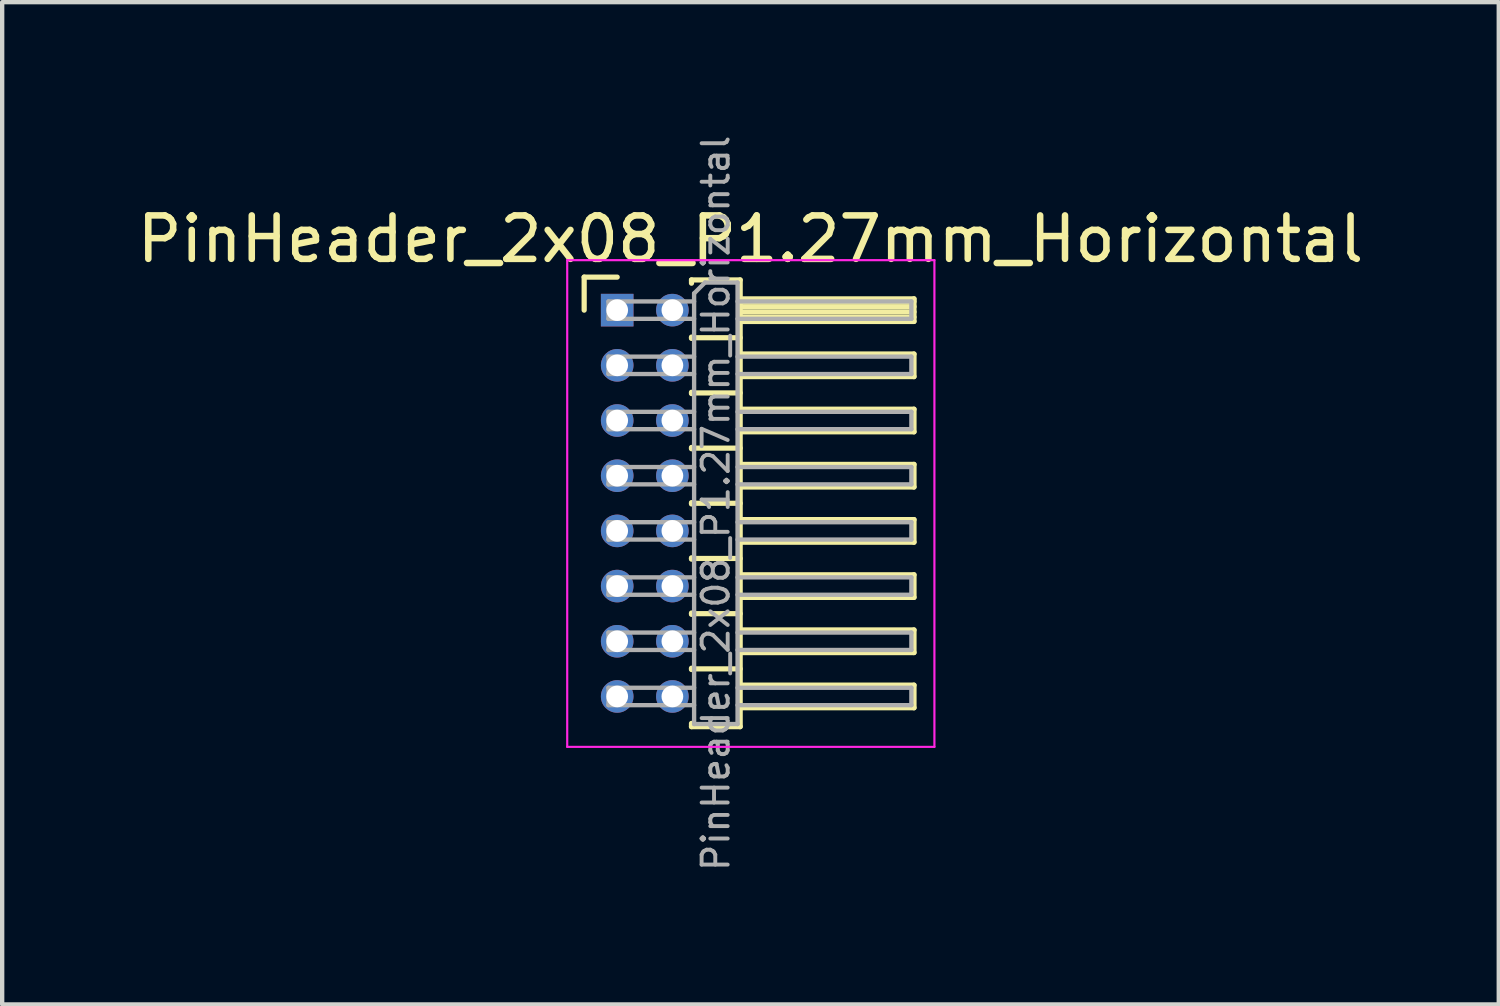
<source format=kicad_pcb>
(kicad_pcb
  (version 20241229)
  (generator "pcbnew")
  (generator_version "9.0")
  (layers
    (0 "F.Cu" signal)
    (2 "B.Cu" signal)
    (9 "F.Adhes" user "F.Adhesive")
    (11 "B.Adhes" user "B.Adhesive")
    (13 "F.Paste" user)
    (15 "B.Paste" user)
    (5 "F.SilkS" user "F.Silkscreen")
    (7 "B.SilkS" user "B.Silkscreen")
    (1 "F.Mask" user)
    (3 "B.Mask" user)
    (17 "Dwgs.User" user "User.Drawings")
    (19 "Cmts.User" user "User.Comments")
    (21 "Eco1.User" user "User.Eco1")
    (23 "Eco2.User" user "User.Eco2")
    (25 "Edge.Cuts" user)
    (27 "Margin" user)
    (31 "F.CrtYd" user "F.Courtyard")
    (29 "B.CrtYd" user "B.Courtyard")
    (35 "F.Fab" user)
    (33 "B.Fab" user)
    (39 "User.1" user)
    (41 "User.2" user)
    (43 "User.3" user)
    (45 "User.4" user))
  (footprint "PinHeader_2x08_P1.27mm_Horizontal"
    (layer "F.Cu")
    (at 11.153 4.087)
    (property "Reference" "PinHeader_2x08_P1.27mm_Horizontal" (at 3.067 -1.635 0) (layer "F.SilkS") (effects (font (size 1 1) (thickness 0.15))))
    (attr through_hole)
    (fp_line (start -0.76 -0.76) (end 0 -0.76) (stroke (width 0.12) (type solid)) (layer "F.SilkS"))
    (fp_line (start -0.76 0) (end -0.76 -0.76) (stroke (width 0.12) (type solid)) (layer "F.SilkS"))
    (fp_line (start 1.71 -0.695) (end 2.83 -0.695) (stroke (width 0.12) (type solid)) (layer "F.SilkS"))
    (fp_line (start 1.71 -0.62) (end 1.71 -0.695) (stroke (width 0.12) (type solid)) (layer "F.SilkS"))
    (fp_line (start 1.71 0.62) (end 1.71 0.65) (stroke (width 0.12) (type solid)) (layer "F.SilkS"))
    (fp_line (start 1.71 0.635) (end 2.83 0.635) (stroke (width 0.12) (type solid)) (layer "F.SilkS"))
    (fp_line (start 1.71 1.89) (end 1.71 1.92) (stroke (width 0.12) (type solid)) (layer "F.SilkS"))
    (fp_line (start 1.71 1.905) (end 2.83 1.905) (stroke (width 0.12) (type solid)) (layer "F.SilkS"))
    (fp_line (start 1.71 3.16) (end 1.71 3.19) (stroke (width 0.12) (type solid)) (layer "F.SilkS"))
    (fp_line (start 1.71 3.175) (end 2.83 3.175) (stroke (width 0.12) (type solid)) (layer "F.SilkS"))
    (fp_line (start 1.71 4.43) (end 1.71 4.46) (stroke (width 0.12) (type solid)) (layer "F.SilkS"))
    (fp_line (start 1.71 4.445) (end 2.83 4.445) (stroke (width 0.12) (type solid)) (layer "F.SilkS"))
    (fp_line (start 1.71 5.7) (end 1.71 5.73) (stroke (width 0.12) (type solid)) (layer "F.SilkS"))
    (fp_line (start 1.71 5.715) (end 2.83 5.715) (stroke (width 0.12) (type solid)) (layer "F.SilkS"))
    (fp_line (start 1.71 6.97) (end 1.71 7) (stroke (width 0.12) (type solid)) (layer "F.SilkS"))
    (fp_line (start 1.71 6.985) (end 2.83 6.985) (stroke (width 0.12) (type solid)) (layer "F.SilkS"))
    (fp_line (start 1.71 8.24) (end 1.71 8.27) (stroke (width 0.12) (type solid)) (layer "F.SilkS"))
    (fp_line (start 1.71 8.255) (end 2.83 8.255) (stroke (width 0.12) (type solid)) (layer "F.SilkS"))
    (fp_line (start 1.71 9.585) (end 1.71 9.51) (stroke (width 0.12) (type solid)) (layer "F.SilkS"))
    (fp_line (start 2.83 -0.695) (end 2.83 9.585) (stroke (width 0.12) (type solid)) (layer "F.SilkS"))
    (fp_line (start 2.83 -0.26) (end 6.83 -0.26) (stroke (width 0.12) (type solid)) (layer "F.SilkS"))
    (fp_line (start 2.83 -0.2) (end 6.83 -0.2) (stroke (width 0.12) (type solid)) (layer "F.SilkS"))
    (fp_line (start 2.83 -0.08) (end 6.83 -0.08) (stroke (width 0.12) (type solid)) (layer "F.SilkS"))
    (fp_line (start 2.83 0.04) (end 6.83 0.04) (stroke (width 0.12) (type solid)) (layer "F.SilkS"))
    (fp_line (start 2.83 0.16) (end 6.83 0.16) (stroke (width 0.12) (type solid)) (layer "F.SilkS"))
    (fp_line (start 2.83 1.01) (end 6.83 1.01) (stroke (width 0.12) (type solid)) (layer "F.SilkS"))
    (fp_line (start 2.83 2.28) (end 6.83 2.28) (stroke (width 0.12) (type solid)) (layer "F.SilkS"))
    (fp_line (start 2.83 3.55) (end 6.83 3.55) (stroke (width 0.12) (type solid)) (layer "F.SilkS"))
    (fp_line (start 2.83 4.82) (end 6.83 4.82) (stroke (width 0.12) (type solid)) (layer "F.SilkS"))
    (fp_line (start 2.83 6.09) (end 6.83 6.09) (stroke (width 0.12) (type solid)) (layer "F.SilkS"))
    (fp_line (start 2.83 7.36) (end 6.83 7.36) (stroke (width 0.12) (type solid)) (layer "F.SilkS"))
    (fp_line (start 2.83 8.63) (end 6.83 8.63) (stroke (width 0.12) (type solid)) (layer "F.SilkS"))
    (fp_line (start 2.83 9.585) (end 1.71 9.585) (stroke (width 0.12) (type solid)) (layer "F.SilkS"))
    (fp_line (start 6.83 -0.26) (end 6.83 0.26) (stroke (width 0.12) (type solid)) (layer "F.SilkS"))
    (fp_line (start 6.83 0.26) (end 2.83 0.26) (stroke (width 0.12) (type solid)) (layer "F.SilkS"))
    (fp_line (start 6.83 1.01) (end 6.83 1.53) (stroke (width 0.12) (type solid)) (layer "F.SilkS"))
    (fp_line (start 6.83 1.53) (end 2.83 1.53) (stroke (width 0.12) (type solid)) (layer "F.SilkS"))
    (fp_line (start 6.83 2.28) (end 6.83 2.8) (stroke (width 0.12) (type solid)) (layer "F.SilkS"))
    (fp_line (start 6.83 2.8) (end 2.83 2.8) (stroke (width 0.12) (type solid)) (layer "F.SilkS"))
    (fp_line (start 6.83 3.55) (end 6.83 4.07) (stroke (width 0.12) (type solid)) (layer "F.SilkS"))
    (fp_line (start 6.83 4.07) (end 2.83 4.07) (stroke (width 0.12) (type solid)) (layer "F.SilkS"))
    (fp_line (start 6.83 4.82) (end 6.83 5.34) (stroke (width 0.12) (type solid)) (layer "F.SilkS"))
    (fp_line (start 6.83 5.34) (end 2.83 5.34) (stroke (width 0.12) (type solid)) (layer "F.SilkS"))
    (fp_line (start 6.83 6.09) (end 6.83 6.61) (stroke (width 0.12) (type solid)) (layer "F.SilkS"))
    (fp_line (start 6.83 6.61) (end 2.83 6.61) (stroke (width 0.12) (type solid)) (layer "F.SilkS"))
    (fp_line (start 6.83 7.36) (end 6.83 7.88) (stroke (width 0.12) (type solid)) (layer "F.SilkS"))
    (fp_line (start 6.83 7.88) (end 2.83 7.88) (stroke (width 0.12) (type solid)) (layer "F.SilkS"))
    (fp_line (start 6.83 8.63) (end 6.83 9.15) (stroke (width 0.12) (type solid)) (layer "F.SilkS"))
    (fp_line (start 6.83 9.15) (end 2.83 9.15) (stroke (width 0.12) (type solid)) (layer "F.SilkS"))
    (fp_line (start -1.15 -1.15) (end -1.15 10.05) (stroke (width 0.05) (type solid)) (layer "F.CrtYd"))
    (fp_line (start -1.15 10.05) (end 7.3 10.05) (stroke (width 0.05) (type solid)) (layer "F.CrtYd"))
    (fp_line (start 7.3 -1.15) (end -1.15 -1.15) (stroke (width 0.05) (type solid)) (layer "F.CrtYd"))
    (fp_line (start 7.3 10.05) (end 7.3 -1.15) (stroke (width 0.05) (type solid)) (layer "F.CrtYd"))
    (fp_line (start -0.2 -0.2) (end -0.2 0.2) (stroke (width 0.1) (type solid)) (layer "F.Fab"))
    (fp_line (start -0.2 -0.2) (end 1.77 -0.2) (stroke (width 0.1) (type solid)) (layer "F.Fab"))
    (fp_line (start -0.2 0.2) (end 1.77 0.2) (stroke (width 0.1) (type solid)) (layer "F.Fab"))
    (fp_line (start -0.2 1.07) (end -0.2 1.47) (stroke (width 0.1) (type solid)) (layer "F.Fab"))
    (fp_line (start -0.2 1.07) (end 1.77 1.07) (stroke (width 0.1) (type solid)) (layer "F.Fab"))
    (fp_line (start -0.2 1.47) (end 1.77 1.47) (stroke (width 0.1) (type solid)) (layer "F.Fab"))
    (fp_line (start -0.2 2.34) (end -0.2 2.74) (stroke (width 0.1) (type solid)) (layer "F.Fab"))
    (fp_line (start -0.2 2.34) (end 1.77 2.34) (stroke (width 0.1) (type solid)) (layer "F.Fab"))
    (fp_line (start -0.2 2.74) (end 1.77 2.74) (stroke (width 0.1) (type solid)) (layer "F.Fab"))
    (fp_line (start -0.2 3.61) (end -0.2 4.01) (stroke (width 0.1) (type solid)) (layer "F.Fab"))
    (fp_line (start -0.2 3.61) (end 1.77 3.61) (stroke (width 0.1) (type solid)) (layer "F.Fab"))
    (fp_line (start -0.2 4.01) (end 1.77 4.01) (stroke (width 0.1) (type solid)) (layer "F.Fab"))
    (fp_line (start -0.2 4.88) (end -0.2 5.28) (stroke (width 0.1) (type solid)) (layer "F.Fab"))
    (fp_line (start -0.2 4.88) (end 1.77 4.88) (stroke (width 0.1) (type solid)) (layer "F.Fab"))
    (fp_line (start -0.2 5.28) (end 1.77 5.28) (stroke (width 0.1) (type solid)) (layer "F.Fab"))
    (fp_line (start -0.2 6.15) (end -0.2 6.55) (stroke (width 0.1) (type solid)) (layer "F.Fab"))
    (fp_line (start -0.2 6.15) (end 1.77 6.15) (stroke (width 0.1) (type solid)) (layer "F.Fab"))
    (fp_line (start -0.2 6.55) (end 1.77 6.55) (stroke (width 0.1) (type solid)) (layer "F.Fab"))
    (fp_line (start -0.2 7.42) (end -0.2 7.82) (stroke (width 0.1) (type solid)) (layer "F.Fab"))
    (fp_line (start -0.2 7.42) (end 1.77 7.42) (stroke (width 0.1) (type solid)) (layer "F.Fab"))
    (fp_line (start -0.2 7.82) (end 1.77 7.82) (stroke (width 0.1) (type solid)) (layer "F.Fab"))
    (fp_line (start -0.2 8.69) (end -0.2 9.09) (stroke (width 0.1) (type solid)) (layer "F.Fab"))
    (fp_line (start -0.2 8.69) (end 1.77 8.69) (stroke (width 0.1) (type solid)) (layer "F.Fab"))
    (fp_line (start -0.2 9.09) (end 1.77 9.09) (stroke (width 0.1) (type solid)) (layer "F.Fab"))
    (fp_line (start 1.77 -0.385) (end 2.02 -0.635) (stroke (width 0.1) (type solid)) (layer "F.Fab"))
    (fp_line (start 1.77 9.525) (end 1.77 -0.385) (stroke (width 0.1) (type solid)) (layer "F.Fab"))
    (fp_line (start 2.02 -0.635) (end 2.77 -0.635) (stroke (width 0.1) (type solid)) (layer "F.Fab"))
    (fp_line (start 2.77 -0.635) (end 2.77 9.525) (stroke (width 0.1) (type solid)) (layer "F.Fab"))
    (fp_line (start 2.77 -0.2) (end 6.77 -0.2) (stroke (width 0.1) (type solid)) (layer "F.Fab"))
    (fp_line (start 2.77 0.2) (end 6.77 0.2) (stroke (width 0.1) (type solid)) (layer "F.Fab"))
    (fp_line (start 2.77 1.07) (end 6.77 1.07) (stroke (width 0.1) (type solid)) (layer "F.Fab"))
    (fp_line (start 2.77 1.47) (end 6.77 1.47) (stroke (width 0.1) (type solid)) (layer "F.Fab"))
    (fp_line (start 2.77 2.34) (end 6.77 2.34) (stroke (width 0.1) (type solid)) (layer "F.Fab"))
    (fp_line (start 2.77 2.74) (end 6.77 2.74) (stroke (width 0.1) (type solid)) (layer "F.Fab"))
    (fp_line (start 2.77 3.61) (end 6.77 3.61) (stroke (width 0.1) (type solid)) (layer "F.Fab"))
    (fp_line (start 2.77 4.01) (end 6.77 4.01) (stroke (width 0.1) (type solid)) (layer "F.Fab"))
    (fp_line (start 2.77 4.88) (end 6.77 4.88) (stroke (width 0.1) (type solid)) (layer "F.Fab"))
    (fp_line (start 2.77 5.28) (end 6.77 5.28) (stroke (width 0.1) (type solid)) (layer "F.Fab"))
    (fp_line (start 2.77 6.15) (end 6.77 6.15) (stroke (width 0.1) (type solid)) (layer "F.Fab"))
    (fp_line (start 2.77 6.55) (end 6.77 6.55) (stroke (width 0.1) (type solid)) (layer "F.Fab"))
    (fp_line (start 2.77 7.42) (end 6.77 7.42) (stroke (width 0.1) (type solid)) (layer "F.Fab"))
    (fp_line (start 2.77 7.82) (end 6.77 7.82) (stroke (width 0.1) (type solid)) (layer "F.Fab"))
    (fp_line (start 2.77 8.69) (end 6.77 8.69) (stroke (width 0.1) (type solid)) (layer "F.Fab"))
    (fp_line (start 2.77 9.09) (end 6.77 9.09) (stroke (width 0.1) (type solid)) (layer "F.Fab"))
    (fp_line (start 2.77 9.525) (end 1.77 9.525) (stroke (width 0.1) (type solid)) (layer "F.Fab"))
    (fp_line (start 6.77 -0.2) (end 6.77 0.2) (stroke (width 0.1) (type solid)) (layer "F.Fab"))
    (fp_line (start 6.77 1.07) (end 6.77 1.47) (stroke (width 0.1) (type solid)) (layer "F.Fab"))
    (fp_line (start 6.77 2.34) (end 6.77 2.74) (stroke (width 0.1) (type solid)) (layer "F.Fab"))
    (fp_line (start 6.77 3.61) (end 6.77 4.01) (stroke (width 0.1) (type solid)) (layer "F.Fab"))
    (fp_line (start 6.77 4.88) (end 6.77 5.28) (stroke (width 0.1) (type solid)) (layer "F.Fab"))
    (fp_line (start 6.77 6.15) (end 6.77 6.55) (stroke (width 0.1) (type solid)) (layer "F.Fab"))
    (fp_line (start 6.77 7.42) (end 6.77 7.82) (stroke (width 0.1) (type solid)) (layer "F.Fab"))
    (fp_line (start 6.77 8.69) (end 6.77 9.09) (stroke (width 0.1) (type solid)) (layer "F.Fab"))
    (fp_text user "${REFERENCE}" (at 2.27 4.445 90) (layer "F.Fab") (effects (font (size 0.6 0.6) (thickness 0.09))))
    (pad "1" thru_hole rect (at 0 0) (size 0.75 0.75) (drill 0.5) (layers "*.Cu" "*.Mask"))
    (pad "2" thru_hole oval (at 1.27 0) (size 0.75 0.75) (drill 0.5) (layers "*.Cu" "*.Mask"))
    (pad "3" thru_hole oval (at 0 1.27) (size 0.75 0.75) (drill 0.5) (layers "*.Cu" "*.Mask"))
    (pad "4" thru_hole oval (at 1.27 1.27) (size 0.75 0.75) (drill 0.5) (layers "*.Cu" "*.Mask"))
    (pad "5" thru_hole oval (at 0 2.54) (size 0.75 0.75) (drill 0.5) (layers "*.Cu" "*.Mask"))
    (pad "6" thru_hole oval (at 1.27 2.54) (size 0.75 0.75) (drill 0.5) (layers "*.Cu" "*.Mask"))
    (pad "7" thru_hole oval (at 0 3.81) (size 0.75 0.75) (drill 0.5) (layers "*.Cu" "*.Mask"))
    (pad "8" thru_hole oval (at 1.27 3.81) (size 0.75 0.75) (drill 0.5) (layers "*.Cu" "*.Mask"))
    (pad "9" thru_hole oval (at 0 5.08) (size 0.75 0.75) (drill 0.5) (layers "*.Cu" "*.Mask"))
    (pad "10" thru_hole oval (at 1.27 5.08) (size 0.75 0.75) (drill 0.5) (layers "*.Cu" "*.Mask"))
    (pad "11" thru_hole oval (at 0 6.35) (size 0.75 0.75) (drill 0.5) (layers "*.Cu" "*.Mask"))
    (pad "12" thru_hole oval (at 1.27 6.35) (size 0.75 0.75) (drill 0.5) (layers "*.Cu" "*.Mask"))
    (pad "13" thru_hole oval (at 0 7.62) (size 0.75 0.75) (drill 0.5) (layers "*.Cu" "*.Mask"))
    (pad "14" thru_hole oval (at 1.27 7.62) (size 0.75 0.75) (drill 0.5) (layers "*.Cu" "*.Mask"))
    (pad "15" thru_hole oval (at 0 8.89) (size 0.75 0.75) (drill 0.5) (layers "*.Cu" "*.Mask"))
    (pad "16" thru_hole oval (at 1.27 8.89) (size 0.75 0.75) (drill 0.5) (layers "*.Cu" "*.Mask")))
  (gr_rect
    (start -3 -3)
    (end 31.44 20.064)
    (stroke (width 0.1) (type default))
    (fill no)
    (layer "Edge.Cuts")))
</source>
